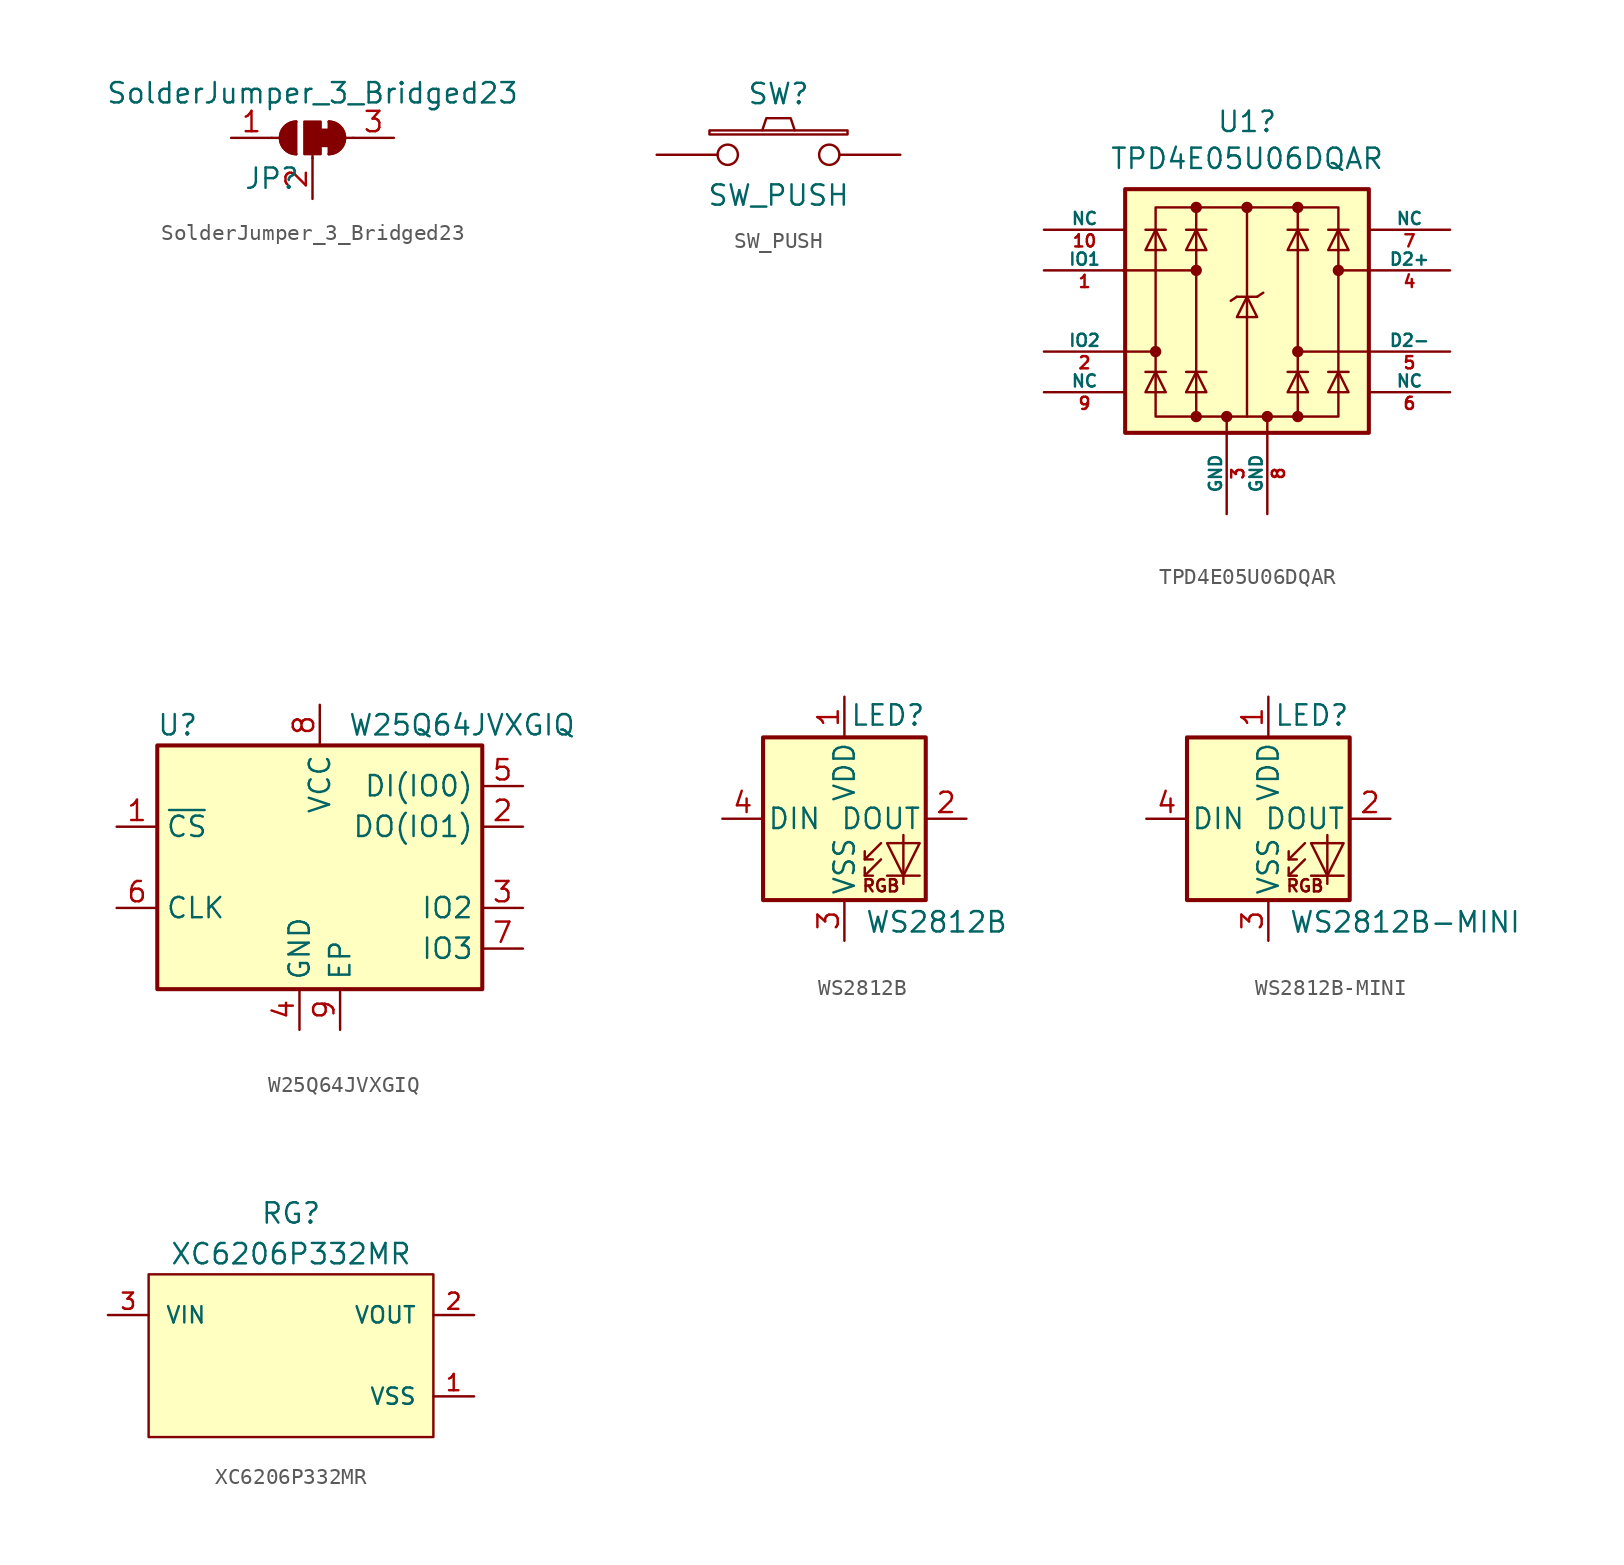
<source format=kicad_sym>
(kicad_symbol_lib
  (version 20231120)
  (generator "kicad_symbol_editor")
  (generator_version "8.0")
  (symbol "SolderJumper_3_Bridged23"
    (pin_names
      (offset 0) hide)
    (property "Reference" "JP"
      (at -2.54 -2.54 0)
      (effects (font (size 1.27 1.27))))
    (property "Value" "SolderJumper_3_Bridged23"
      (at 0 2.794 0)
      (effects (font (size 1.27 1.27))))
    (symbol "SolderJumper_3_Bridged23_0_1"
      (arc (start -1.016 1.016) (mid -2.0276 0) (end -1.016 -1.016) (stroke (width 0) (type default)) (fill (type none)))
      (arc (start -1.016 1.016) (mid -2.0276 0) (end -1.016 -1.016) (stroke (width 0) (type default)) (fill (type outline)))
      (rectangle (start -0.508 1.016) (end 0.508 -1.016) (stroke (width 0) (type default)) (fill (type outline)))
      (polyline (pts (xy -2.54 0) (xy -2.032 0)) (stroke (width 0) (type default)) (fill (type none)))
      (polyline (pts (xy -1.016 1.016) (xy -1.016 -1.016)) (stroke (width 0) (type default)) (fill (type none)))
      (polyline (pts (xy 0 -1.27) (xy 0 -1.016)) (stroke (width 0) (type default)) (fill (type none)))
      (polyline (pts (xy 1.016 1.016) (xy 1.016 -1.016)) (stroke (width 0) (type default)) (fill (type none)))
      (polyline (pts (xy 2.54 0) (xy 2.032 0)) (stroke (width 0) (type default)) (fill (type none)))
      (rectangle (start 0.508 0.508) (end 1.016 -0.508) (stroke (width 0) (type default)) (fill (type outline)))
      (arc (start 1.016 -1.016) (mid 2.0276 0) (end 1.016 1.016) (stroke (width 0) (type default)) (fill (type none)))
      (arc (start 1.016 -1.016) (mid 2.0276 0) (end 1.016 1.016) (stroke (width 0) (type default)) (fill (type outline))))
    (symbol "SolderJumper_3_Bridged23_1_1"
      (pin passive line (at -5.08 0 0) (length 2.54) (name "A" (effects (font (size 1.27 1.27)))) (number "1" (effects (font (size 1.27 1.27)))))
      (pin passive line (at 0 -3.81 90) (length 2.54) (name "C" (effects (font (size 1.27 1.27)))) (number "2" (effects (font (size 1.27 1.27)))))
      (pin passive line (at 5.08 0 180) (length 2.54) (name "B" (effects (font (size 1.27 1.27)))) (number "3" (effects (font (size 1.27 1.27)))))))
  (symbol "SW_PUSH"
    (pin_numbers hide)
    (pin_names
      (offset 1.016) hide)
    (property "Reference" "SW"
      (at 0 3.81 0)
      (effects (font (size 1.27 1.27))))
    (property "Value" "SW_PUSH"
      (at 0 -2.54 0)
      (effects (font (size 1.27 1.27))))
    (symbol "SW_PUSH_0_1"
      (rectangle (start -4.318 1.27) (end 4.318 1.524) (stroke (width 0) (type default)) (fill (type none)))
      (polyline (pts (xy -1.016 1.524) (xy -0.762 2.286) (xy 0.762 2.286) (xy 1.016 1.524)) (stroke (width 0) (type default)) (fill (type none)))
      (pin passive inverted (at -7.62 0 0) (length 5.08) (name "1" (effects (font (size 1.27 1.27)))) (number "1" (effects (font (size 1.27 1.27)))))
      (pin passive inverted (at 7.62 0 180) (length 5.08) (name "2" (effects (font (size 1.27 1.27)))) (number "2" (effects (font (size 1.27 1.27)))))))
  (symbol "TPD4E05U06DQAR"
    (pin_names
      (offset 0))
    (property "Reference" "U1"
      (at 0 11.836 0)
      (effects (font (size 1.27 1.27))))
    (property "Value" "TPD4E05U06DQAR"
      (at 0 9.525 0)
      (effects (font (size 1.27 1.27))))
    (symbol "TPD4E05U06DQAR_0_0"
      (rectangle (start -5.715 6.477) (end 5.715 -6.604) (stroke (width 0) (type default)) (fill (type none)))
      (polyline (pts (xy -3.175 -6.604) (xy -3.175 6.477)) (stroke (width 0) (type default)) (fill (type none)))
      (polyline (pts (xy 0 6.477) (xy 0 -6.604)) (stroke (width 0) (type default)) (fill (type none)))
      (polyline (pts (xy 3.175 6.477) (xy 3.175 -6.604)) (stroke (width 0) (type default)) (fill (type none))))
    (symbol "TPD4E05U06DQAR_0_1"
      (rectangle (start -7.62 7.62) (end 7.62 -7.62) (stroke (width 0.254) (type default)) (fill (type background)))
      (circle (center -5.715 -2.54) (radius 0.279) (stroke (width 0) (type default)) (fill (type outline)))
      (circle (center -3.175 -6.604) (radius 0.279) (stroke (width 0) (type default)) (fill (type outline)))
      (circle (center -3.175 2.54) (radius 0.279) (stroke (width 0) (type default)) (fill (type outline)))
      (circle (center -3.175 6.477) (radius 0.279) (stroke (width 0) (type default)) (fill (type outline)))
      (circle (center -1.27 -6.604) (radius 0.279) (stroke (width 0) (type default)) (fill (type outline)))
      (polyline (pts (xy -7.747 2.54) (xy -3.175 2.54)) (stroke (width 0) (type default)) (fill (type none)))
      (polyline (pts (xy -7.62 -2.54) (xy -5.715 -2.54)) (stroke (width 0) (type default)) (fill (type none)))
      (polyline (pts (xy -5.08 -3.81) (xy -6.35 -3.81)) (stroke (width 0) (type default)) (fill (type none)))
      (polyline (pts (xy -5.08 5.08) (xy -6.35 5.08)) (stroke (width 0) (type default)) (fill (type none)))
      (polyline (pts (xy -2.54 -3.81) (xy -3.81 -3.81)) (stroke (width 0) (type default)) (fill (type none)))
      (polyline (pts (xy -2.54 5.08) (xy -3.81 5.08)) (stroke (width 0) (type default)) (fill (type none)))
      (polyline (pts (xy -1.27 -6.604) (xy -1.27 -7.62)) (stroke (width 0) (type default)) (fill (type none)))
      (polyline (pts (xy -0.635 0.889) (xy -1.016 0.635)) (stroke (width 0) (type default)) (fill (type none)))
      (polyline (pts (xy 0.635 0.889) (xy -0.635 0.889)) (stroke (width 0) (type default)) (fill (type none)))
      (polyline (pts (xy 0.635 0.889) (xy 1.016 1.143)) (stroke (width 0) (type default)) (fill (type none)))
      (polyline (pts (xy 3.81 -3.81) (xy 2.54 -3.81)) (stroke (width 0) (type default)) (fill (type none)))
      (polyline (pts (xy 3.81 5.08) (xy 2.54 5.08)) (stroke (width 0) (type default)) (fill (type none)))
      (polyline (pts (xy 6.35 -3.81) (xy 5.08 -3.81)) (stroke (width 0) (type default)) (fill (type none)))
      (polyline (pts (xy 6.35 5.08) (xy 5.08 5.08)) (stroke (width 0) (type default)) (fill (type none)))
      (polyline (pts (xy 7.62 -2.54) (xy 3.175 -2.54)) (stroke (width 0) (type default)) (fill (type none)))
      (polyline (pts (xy 7.62 2.54) (xy 5.715 2.54)) (stroke (width 0) (type default)) (fill (type none)))
      (polyline (pts (xy -5.08 -5.08) (xy -6.35 -5.08) (xy -5.715 -3.81) (xy -5.08 -5.08)) (stroke (width 0) (type default)) (fill (type none)))
      (polyline (pts (xy -5.08 3.81) (xy -6.35 3.81) (xy -5.715 5.08) (xy -5.08 3.81)) (stroke (width 0) (type default)) (fill (type none)))
      (polyline (pts (xy -2.54 -5.08) (xy -3.81 -5.08) (xy -3.175 -3.81) (xy -2.54 -5.08)) (stroke (width 0) (type default)) (fill (type none)))
      (polyline (pts (xy -2.54 3.81) (xy -3.81 3.81) (xy -3.175 5.08) (xy -2.54 3.81)) (stroke (width 0) (type default)) (fill (type none)))
      (polyline (pts (xy 0.635 -0.381) (xy -0.635 -0.381) (xy 0 0.889) (xy 0.635 -0.381)) (stroke (width 0) (type default)) (fill (type none)))
      (polyline (pts (xy 3.81 -5.08) (xy 2.54 -5.08) (xy 3.175 -3.81) (xy 3.81 -5.08)) (stroke (width 0) (type default)) (fill (type none)))
      (polyline (pts (xy 3.81 3.81) (xy 2.54 3.81) (xy 3.175 5.08) (xy 3.81 3.81)) (stroke (width 0) (type default)) (fill (type none)))
      (polyline (pts (xy 6.35 -5.08) (xy 5.08 -5.08) (xy 5.715 -3.81) (xy 6.35 -5.08)) (stroke (width 0) (type default)) (fill (type none)))
      (polyline (pts (xy 6.35 3.81) (xy 5.08 3.81) (xy 5.715 5.08) (xy 6.35 3.81)) (stroke (width 0) (type default)) (fill (type none)))
      (circle (center 0 6.477) (radius 0.279) (stroke (width 0) (type default)) (fill (type outline)))
      (circle (center 3.175 -6.604) (radius 0.279) (stroke (width 0) (type default)) (fill (type outline)))
      (circle (center 3.175 -2.54) (radius 0.279) (stroke (width 0) (type default)) (fill (type outline)))
      (circle (center 3.175 6.477) (radius 0.279) (stroke (width 0) (type default)) (fill (type outline)))
      (circle (center 5.715 2.54) (radius 0.279) (stroke (width 0) (type default)) (fill (type outline))))
    (symbol "TPD4E05U06DQAR_1_1"
      (polyline (pts (xy 1.27 -6.604) (xy 1.27 -7.62)) (stroke (width 0) (type default)) (fill (type none)))
      (circle (center 1.27 -6.604) (radius 0.279) (stroke (width 0) (type default)) (fill (type outline)))
      (pin bidirectional line (at -12.7 2.54 0) (length 5.08) (name "IO1" (effects (font (size 0.762 0.762)))) (number "1" (effects (font (size 0.762 0.762)))))
      (pin bidirectional line (at -12.7 5.08 0) (length 5.08) (name "NC" (effects (font (size 0.762 0.762)))) (number "10" (effects (font (size 0.762 0.762)))))
      (pin bidirectional line (at -12.7 -2.54 0) (length 5.08) (name "IO2" (effects (font (size 0.762 0.762)))) (number "2" (effects (font (size 0.762 0.762)))))
      (pin power_in line (at -1.27 -12.7 90) (length 5.08) (name "GND" (effects (font (size 0.762 0.762)))) (number "3" (effects (font (size 0.762 0.762)))))
      (pin bidirectional line (at 12.7 2.54 180) (length 5.08) (name "D2+" (effects (font (size 0.762 0.762)))) (number "4" (effects (font (size 0.762 0.762)))))
      (pin bidirectional line (at 12.7 -2.54 180) (length 5.08) (name "D2-" (effects (font (size 0.762 0.762)))) (number "5" (effects (font (size 0.762 0.762)))))
      (pin bidirectional line (at 12.7 -5.08 180) (length 5.08) (name "NC" (effects (font (size 0.762 0.762)))) (number "6" (effects (font (size 0.762 0.762)))))
      (pin bidirectional line (at 12.7 5.08 180) (length 5.08) (name "NC" (effects (font (size 0.762 0.762)))) (number "7" (effects (font (size 0.762 0.762)))))
      (pin power_in line (at 1.27 -12.7 90) (length 5.08) (name "GND" (effects (font (size 0.762 0.762)))) (number "8" (effects (font (size 0.762 0.762)))))
      (pin bidirectional line (at -12.7 -5.08 0) (length 5.08) (name "NC" (effects (font (size 0.762 0.762)))) (number "9" (effects (font (size 0.762 0.762)))))))
  (symbol "W25Q64JVXGIQ"
    (property "Reference" "U"
      (at -8.89 8.89 0)
      (effects (font (size 1.27 1.27))))
    (property "Value" "W25Q64JVXGIQ"
      (at 8.89 8.89 0)
      (effects (font (size 1.27 1.27))))
    (symbol "W25Q64JVXGIQ_0_1"
      (rectangle (start -10.16 7.62) (end 10.16 -7.62) (stroke (width 0.254) (type default)) (fill (type background))))
    (symbol "W25Q64JVXGIQ_1_1"
      (pin input line (at -12.7 2.54 0) (length 2.54) (name "~{CS}" (effects (font (size 1.27 1.27)))) (number "1" (effects (font (size 1.27 1.27)))))
      (pin bidirectional line (at 12.7 2.54 180) (length 2.54) (name "DO(IO1)" (effects (font (size 1.27 1.27)))) (number "2" (effects (font (size 1.27 1.27)))))
      (pin bidirectional line (at 12.7 -2.54 180) (length 2.54) (name "IO2" (effects (font (size 1.27 1.27)))) (number "3" (effects (font (size 1.27 1.27)))))
      (pin power_in line (at -1.27 -10.16 90) (length 2.54) (name "GND" (effects (font (size 1.27 1.27)))) (number "4" (effects (font (size 1.27 1.27)))))
      (pin bidirectional line (at 12.7 5.08 180) (length 2.54) (name "DI(IO0)" (effects (font (size 1.27 1.27)))) (number "5" (effects (font (size 1.27 1.27)))))
      (pin input line (at -12.7 -2.54 0) (length 2.54) (name "CLK" (effects (font (size 1.27 1.27)))) (number "6" (effects (font (size 1.27 1.27)))))
      (pin bidirectional line (at 12.7 -5.08 180) (length 2.54) (name "IO3" (effects (font (size 1.27 1.27)))) (number "7" (effects (font (size 1.27 1.27)))))
      (pin power_in line (at 0 10.16 270) (length 2.54) (name "VCC" (effects (font (size 1.27 1.27)))) (number "8" (effects (font (size 1.27 1.27)))))
      (pin passive line (at 1.27 -10.16 90) (length 2.54) (name "EP" (effects (font (size 1.27 1.27)))) (number "9" (effects (font (size 1.27 1.27)))))))
  (symbol "WS2812B"
    (pin_names
      (offset 0.254))
    (property "Reference" "LED"
      (at 5.08 5.715 0)
      (effects (font (size 1.27 1.27)) (justify right bottom)))
    (property "Value" "WS2812B"
      (at 1.27 -5.715 0)
      (effects (font (size 1.27 1.27)) (justify left top)))
    (symbol "WS2812B_0_0"
      (text "RGB" (at 2.286 -4.191 0) (effects (font (size 0.762 0.762)))))
    (symbol "WS2812B_0_1"
      (polyline (pts (xy 1.27 -3.556) (xy 1.778 -3.556)) (stroke (width 0) (type default)) (fill (type none)))
      (polyline (pts (xy 1.27 -2.54) (xy 1.778 -2.54)) (stroke (width 0) (type default)) (fill (type none)))
      (polyline (pts (xy 4.699 -3.556) (xy 2.667 -3.556)) (stroke (width 0) (type default)) (fill (type none)))
      (polyline (pts (xy 2.286 -2.54) (xy 1.27 -3.556) (xy 1.27 -3.048)) (stroke (width 0) (type default)) (fill (type none)))
      (polyline (pts (xy 2.286 -1.524) (xy 1.27 -2.54) (xy 1.27 -2.032)) (stroke (width 0) (type default)) (fill (type none)))
      (polyline (pts (xy 3.683 -1.016) (xy 3.683 -3.556) (xy 3.683 -4.064)) (stroke (width 0) (type default)) (fill (type none)))
      (polyline (pts (xy 4.699 -1.524) (xy 2.667 -1.524) (xy 3.683 -3.556) (xy 4.699 -1.524)) (stroke (width 0) (type default)) (fill (type none)))
      (rectangle (start 5.08 5.08) (end -5.08 -5.08) (stroke (width 0.254) (type default)) (fill (type background))))
    (symbol "WS2812B_1_1"
      (pin power_in line (at 0 7.62 270) (length 2.54) (name "VDD" (effects (font (size 1.27 1.27)))) (number "1" (effects (font (size 1.27 1.27)))))
      (pin output line (at 7.62 0 180) (length 2.54) (name "DOUT" (effects (font (size 1.27 1.27)))) (number "2" (effects (font (size 1.27 1.27)))))
      (pin power_in line (at 0 -7.62 90) (length 2.54) (name "VSS" (effects (font (size 1.27 1.27)))) (number "3" (effects (font (size 1.27 1.27)))))
      (pin input line (at -7.62 0 0) (length 2.54) (name "DIN" (effects (font (size 1.27 1.27)))) (number "4" (effects (font (size 1.27 1.27)))))))
  (symbol "WS2812B-MINI"
    (pin_names
      (offset 0.254))
    (property "Reference" "LED"
      (at 5.08 5.715 0)
      (effects (font (size 1.27 1.27)) (justify right bottom)))
    (property "Value" "WS2812B-MINI"
      (at 1.27 -5.715 0)
      (effects (font (size 1.27 1.27)) (justify left top)))
    (symbol "WS2812B-MINI_0_0"
      (text "RGB" (at 2.286 -4.191 0) (effects (font (size 0.762 0.762)))))
    (symbol "WS2812B-MINI_0_1"
      (polyline (pts (xy 1.27 -3.556) (xy 1.778 -3.556)) (stroke (width 0) (type default)) (fill (type none)))
      (polyline (pts (xy 1.27 -2.54) (xy 1.778 -2.54)) (stroke (width 0) (type default)) (fill (type none)))
      (polyline (pts (xy 4.699 -3.556) (xy 2.667 -3.556)) (stroke (width 0) (type default)) (fill (type none)))
      (polyline (pts (xy 2.286 -2.54) (xy 1.27 -3.556) (xy 1.27 -3.048)) (stroke (width 0) (type default)) (fill (type none)))
      (polyline (pts (xy 2.286 -1.524) (xy 1.27 -2.54) (xy 1.27 -2.032)) (stroke (width 0) (type default)) (fill (type none)))
      (polyline (pts (xy 3.683 -1.016) (xy 3.683 -3.556) (xy 3.683 -4.064)) (stroke (width 0) (type default)) (fill (type none)))
      (polyline (pts (xy 4.699 -1.524) (xy 2.667 -1.524) (xy 3.683 -3.556) (xy 4.699 -1.524)) (stroke (width 0) (type default)) (fill (type none)))
      (rectangle (start 5.08 5.08) (end -5.08 -5.08) (stroke (width 0.254) (type default)) (fill (type background))))
    (symbol "WS2812B-MINI_1_1"
      (pin power_in line (at 0 7.62 270) (length 2.54) (name "VDD" (effects (font (size 1.27 1.27)))) (number "1" (effects (font (size 1.27 1.27)))))
      (pin output line (at 7.62 0 180) (length 2.54) (name "DOUT" (effects (font (size 1.27 1.27)))) (number "2" (effects (font (size 1.27 1.27)))))
      (pin power_in line (at 0 -7.62 90) (length 2.54) (name "VSS" (effects (font (size 1.27 1.27)))) (number "3" (effects (font (size 1.27 1.27)))))
      (pin input line (at -7.62 0 0) (length 2.54) (name "DIN" (effects (font (size 1.27 1.27)))) (number "4" (effects (font (size 1.27 1.27)))))))
  (symbol "XC6206P332MR"
    (pin_names
      (offset 1.016))
    (property "Reference" "RG"
      (at 0 6.35 0)
      (effects (font (size 1.27 1.27))))
    (property "Value" "XC6206P332MR"
      (at 0 3.81 0)
      (effects (font (size 1.27 1.27))))
    (symbol "XC6206P332MR_1_1"
      (rectangle (start -8.89 2.54) (end 8.89 -7.62) (stroke (width 0) (type solid)) (fill (type background)))
      (pin unspecified line (at 11.43 -5.08 180) (length 2.54) (name "VSS" (effects (font (size 1.016 1.016)))) (number "1" (effects (font (size 1.016 1.016)))))
      (pin unspecified line (at 11.43 0 180) (length 2.54) (name "VOUT" (effects (font (size 1.016 1.016)))) (number "2" (effects (font (size 1.016 1.016)))))
      (pin unspecified line (at -11.43 0 0) (length 2.54) (name "VIN" (effects (font (size 1.016 1.016)))) (number "3" (effects (font (size 1.016 1.016))))))))
</source>
